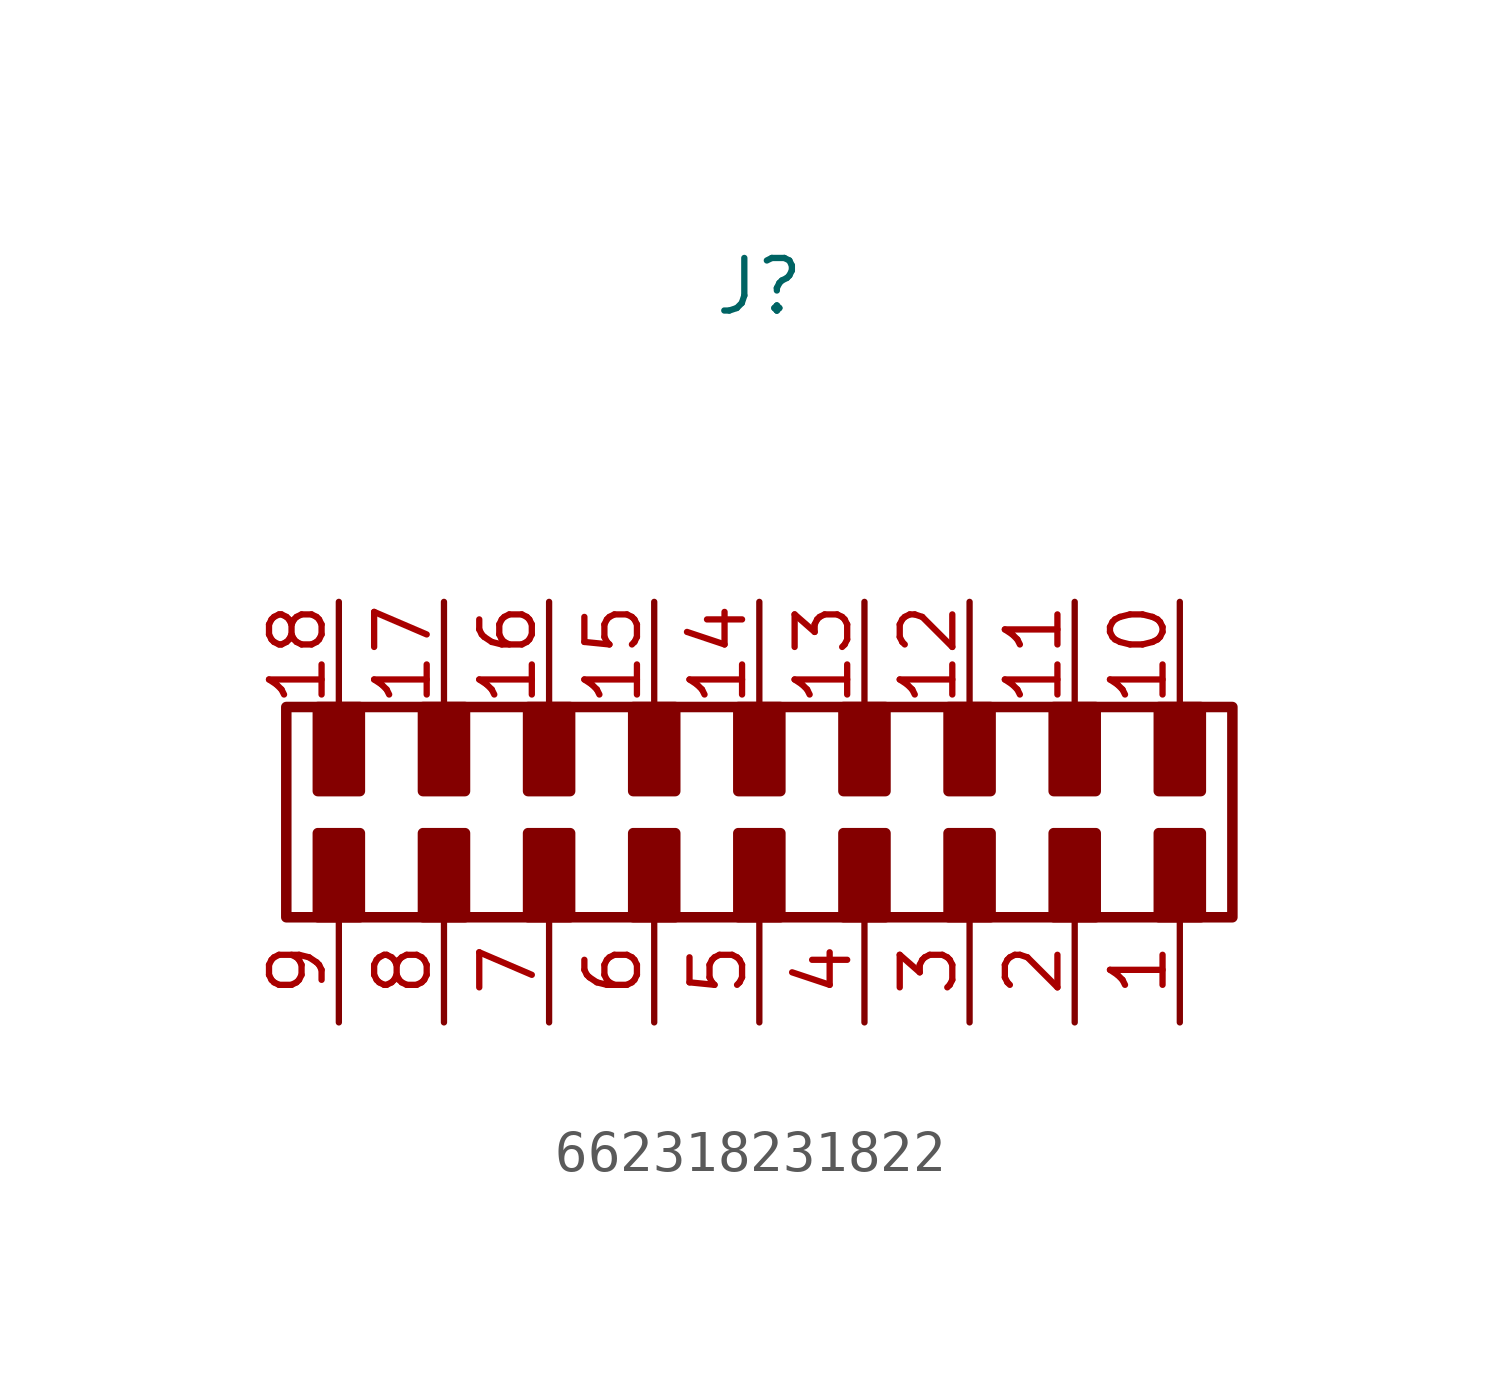
<source format=kicad_sym>
(kicad_symbol_lib
  (version 20241209)
  (generator "kicad_symbol_editor")
  (generator_version "9.0")
  (symbol "662318231822"
    (pin_names
      (hide yes))
    (property "Reference" "J"
      (at 0 12.7 0)
      (effects (font (size 1.27 1.27))))
    (symbol "662318231822_1_1"
      (rectangle (start -11.43 2.54) (end 11.43 -2.54) (stroke (width 0.254) (type solid)) (fill (type none)))
      (rectangle (start -10.668 2.54) (end -9.652 0.508) (stroke (width 0.254) (type solid)) (fill (type outline)))
      (rectangle (start -10.668 -0.508) (end -9.652 -2.54) (stroke (width 0.254) (type solid)) (fill (type outline)))
      (rectangle (start -8.128 2.54) (end -7.112 0.508) (stroke (width 0.254) (type solid)) (fill (type outline)))
      (rectangle (start -8.128 -0.508) (end -7.112 -2.54) (stroke (width 0.254) (type solid)) (fill (type outline)))
      (rectangle (start -5.588 2.54) (end -4.572 0.508) (stroke (width 0.254) (type solid)) (fill (type outline)))
      (rectangle (start -5.588 -0.508) (end -4.572 -2.54) (stroke (width 0.254) (type solid)) (fill (type outline)))
      (rectangle (start -3.048 2.54) (end -2.032 0.508) (stroke (width 0.254) (type solid)) (fill (type outline)))
      (rectangle (start -3.048 -0.508) (end -2.032 -2.54) (stroke (width 0.254) (type solid)) (fill (type outline)))
      (rectangle (start -0.508 2.54) (end 0.508 0.508) (stroke (width 0.254) (type solid)) (fill (type outline)))
      (rectangle (start -0.508 -0.508) (end 0.508 -2.54) (stroke (width 0.254) (type solid)) (fill (type outline)))
      (rectangle (start 2.032 2.54) (end 3.048 0.508) (stroke (width 0.254) (type solid)) (fill (type outline)))
      (rectangle (start 2.032 -0.508) (end 3.048 -2.54) (stroke (width 0.254) (type solid)) (fill (type outline)))
      (rectangle (start 4.572 2.54) (end 5.588 0.508) (stroke (width 0.254) (type solid)) (fill (type outline)))
      (rectangle (start 4.572 -0.508) (end 5.588 -2.54) (stroke (width 0.254) (type solid)) (fill (type outline)))
      (rectangle (start 7.112 2.54) (end 8.128 0.508) (stroke (width 0.254) (type solid)) (fill (type outline)))
      (rectangle (start 7.112 -0.508) (end 8.128 -2.54) (stroke (width 0.254) (type solid)) (fill (type outline)))
      (rectangle (start 9.652 2.54) (end 10.668 0.508) (stroke (width 0.254) (type solid)) (fill (type outline)))
      (rectangle (start 9.652 -0.508) (end 10.668 -2.54) (stroke (width 0.254) (type solid)) (fill (type outline)))
      (pin passive line (at -10.16 5.08 270) (length 2.54) (name "18" (effects (font (size 1.27 1.27)))) (number "18" (effects (font (size 1.27 1.27)))))
      (pin passive line (at -10.16 -5.08 90) (length 2.54) (name "9" (effects (font (size 1.27 1.27)))) (number "9" (effects (font (size 1.27 1.27)))))
      (pin passive line (at -7.62 5.08 270) (length 2.54) (name "17" (effects (font (size 1.27 1.27)))) (number "17" (effects (font (size 1.27 1.27)))))
      (pin passive line (at -7.62 -5.08 90) (length 2.54) (name "8" (effects (font (size 1.27 1.27)))) (number "8" (effects (font (size 1.27 1.27)))))
      (pin passive line (at -5.08 5.08 270) (length 2.54) (name "16" (effects (font (size 1.27 1.27)))) (number "16" (effects (font (size 1.27 1.27)))))
      (pin passive line (at -5.08 -5.08 90) (length 2.54) (name "7" (effects (font (size 1.27 1.27)))) (number "7" (effects (font (size 1.27 1.27)))))
      (pin passive line (at -2.54 5.08 270) (length 2.54) (name "15" (effects (font (size 1.27 1.27)))) (number "15" (effects (font (size 1.27 1.27)))))
      (pin passive line (at -2.54 -5.08 90) (length 2.54) (name "6" (effects (font (size 1.27 1.27)))) (number "6" (effects (font (size 1.27 1.27)))))
      (pin passive line (at 0 5.08 270) (length 2.54) (name "14" (effects (font (size 1.27 1.27)))) (number "14" (effects (font (size 1.27 1.27)))))
      (pin passive line (at 0 -5.08 90) (length 2.54) (name "5" (effects (font (size 1.27 1.27)))) (number "5" (effects (font (size 1.27 1.27)))))
      (pin passive line (at 2.54 5.08 270) (length 2.54) (name "13" (effects (font (size 1.27 1.27)))) (number "13" (effects (font (size 1.27 1.27)))))
      (pin passive line (at 2.54 -5.08 90) (length 2.54) (name "4" (effects (font (size 1.27 1.27)))) (number "4" (effects (font (size 1.27 1.27)))))
      (pin passive line (at 5.08 5.08 270) (length 2.54) (name "12" (effects (font (size 1.27 1.27)))) (number "12" (effects (font (size 1.27 1.27)))))
      (pin passive line (at 5.08 -5.08 90) (length 2.54) (name "3" (effects (font (size 1.27 1.27)))) (number "3" (effects (font (size 1.27 1.27)))))
      (pin passive line (at 7.62 5.08 270) (length 2.54) (name "11" (effects (font (size 1.27 1.27)))) (number "11" (effects (font (size 1.27 1.27)))))
      (pin passive line (at 7.62 -5.08 90) (length 2.54) (name "2" (effects (font (size 1.27 1.27)))) (number "2" (effects (font (size 1.27 1.27)))))
      (pin passive line (at 10.16 5.08 270) (length 2.54) (name "10" (effects (font (size 1.27 1.27)))) (number "10" (effects (font (size 1.27 1.27)))))
      (pin passive line (at 10.16 -5.08 90) (length 2.54) (name "1" (effects (font (size 1.27 1.27)))) (number "1" (effects (font (size 1.27 1.27))))))))
</source>
